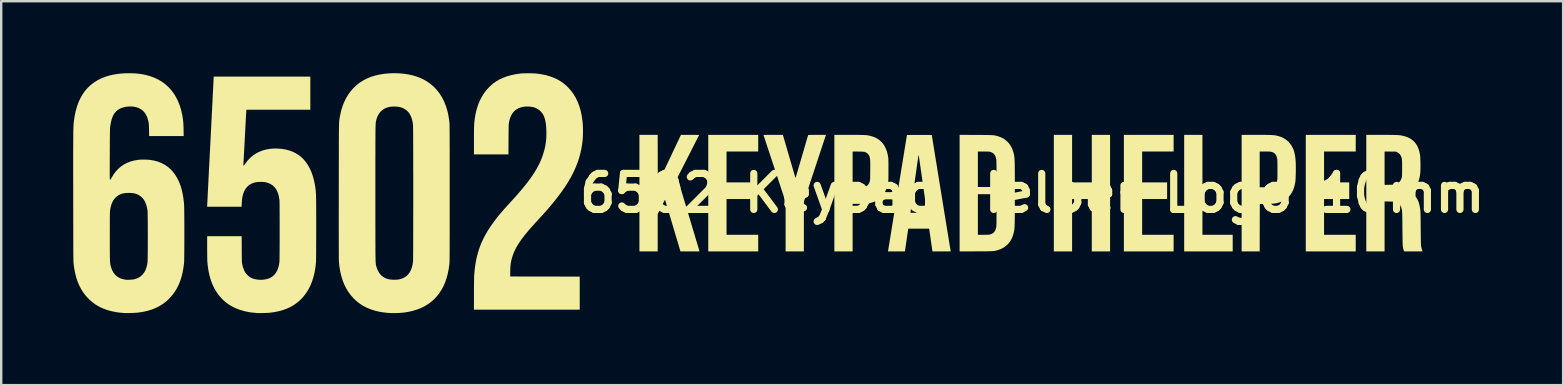
<source format=kicad_pcb>
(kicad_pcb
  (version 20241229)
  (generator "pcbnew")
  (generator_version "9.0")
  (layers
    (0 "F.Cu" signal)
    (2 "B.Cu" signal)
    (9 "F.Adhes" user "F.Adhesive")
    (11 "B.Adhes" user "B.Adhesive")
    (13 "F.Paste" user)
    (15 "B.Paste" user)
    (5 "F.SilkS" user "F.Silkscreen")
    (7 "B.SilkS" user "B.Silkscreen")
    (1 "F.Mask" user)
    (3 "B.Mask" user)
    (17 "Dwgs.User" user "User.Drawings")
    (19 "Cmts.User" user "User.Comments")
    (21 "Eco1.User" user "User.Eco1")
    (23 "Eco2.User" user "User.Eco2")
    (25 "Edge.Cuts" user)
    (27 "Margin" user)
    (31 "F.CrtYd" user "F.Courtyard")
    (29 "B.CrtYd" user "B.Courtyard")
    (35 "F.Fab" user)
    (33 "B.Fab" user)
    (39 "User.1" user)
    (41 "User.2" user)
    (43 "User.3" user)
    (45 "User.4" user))
  (footprint "6502 Keypad Helper Logo 10mm"
    (layer "F.Cu")
    (at 39.969 4.999)
    (property "Reference" "6502 Keypad Helper Logo 10mm" (at 0 0 0) (layer "F.SilkS") (effects (font (size 1.5 1.5) (thickness 0.3))))
    (attr board_only exclude_from_pos_files exclude_from_bom)
    (fp_poly (pts (xy 7.09 -0.347) (xy 7.09 1.735) (xy 7.721 1.735) (xy 8.351 1.735) (xy 8.351 2.081) (xy 8.351 2.428) (xy 7.34 2.428) (xy 6.329 2.428) (xy 6.329 0) (xy 6.329 -2.428) (xy 6.71 -2.428) (xy 7.09 -2.428)) (stroke (width 0) (type solid)) (fill yes) (layer "F.SilkS"))
    (fp_poly (pts (xy -11.422 -2.081) (xy -11.422 -1.735) (xy -12.082 -1.735) (xy -12.742 -1.735) (xy -12.742 -1.091) (xy -12.742 -0.448) (xy -12.218 -0.448) (xy -11.693 -0.448) (xy -11.693 -0.102) (xy -11.693 0.245) (xy -12.218 0.245) (xy -12.742 0.245) (xy -12.742 0.99) (xy -12.742 1.735) (xy -12.082 1.735) (xy -11.422 1.735) (xy -11.422 2.081) (xy -11.422 2.428) (xy -12.463 2.428) (xy -13.504 2.428) (xy -13.504 0) (xy -13.504 -2.428) (xy -12.463 -2.428) (xy -11.422 -2.428)) (stroke (width 0) (type solid)) (fill yes) (layer "F.SilkS"))
    (fp_poly (pts (xy 1.658 -1.438) (xy 1.658 -0.448) (xy 2.069 -0.448) (xy 2.479 -0.448) (xy 2.479 -1.438) (xy 2.479 -2.428) (xy 2.86 -2.428) (xy 3.241 -2.428) (xy 3.241 0) (xy 3.241 2.428) (xy 2.86 2.428) (xy 2.479 2.428) (xy 2.479 1.337) (xy 2.479 0.245) (xy 2.069 0.245) (xy 1.658 0.245) (xy 1.658 1.337) (xy 1.658 2.428) (xy 1.278 2.428) (xy 0.897 2.428) (xy 0.897 0) (xy 0.897 -2.428) (xy 1.278 -2.428) (xy 1.658 -2.428)) (stroke (width 0) (type solid)) (fill yes) (layer "F.SilkS"))
    (fp_poly (pts (xy 5.889 -2.081) (xy 5.889 -1.735) (xy 5.233 -1.735) (xy 4.577 -1.735) (xy 4.577 -1.091) (xy 4.577 -0.448) (xy 5.098 -0.448) (xy 5.618 -0.448) (xy 5.618 -0.102) (xy 5.618 0.245) (xy 5.098 0.245) (xy 4.577 0.245) (xy 4.577 0.99) (xy 4.577 1.735) (xy 5.233 1.735) (xy 5.889 1.735) (xy 5.889 2.081) (xy 5.889 2.428) (xy 4.852 2.428) (xy 3.816 2.428) (xy 3.816 0) (xy 3.816 -2.428) (xy 4.852 -2.428) (xy 5.889 -2.428)) (stroke (width 0) (type solid)) (fill yes) (layer "F.SilkS"))
    (fp_poly (pts (xy 13.478 -2.081) (xy 13.478 -1.735) (xy 12.818 -1.735) (xy 12.158 -1.735) (xy 12.158 -1.091) (xy 12.158 -0.448) (xy 12.683 -0.448) (xy 13.208 -0.448) (xy 13.208 -0.102) (xy 13.208 0.245) (xy 12.683 0.245) (xy 12.158 0.245) (xy 12.158 0.99) (xy 12.158 1.735) (xy 12.818 1.735) (xy 13.478 1.735) (xy 13.478 2.081) (xy 13.478 2.428) (xy 12.438 2.428) (xy 11.397 2.428) (xy 11.397 0) (xy 11.397 -2.428) (xy 12.438 -2.428) (xy 13.478 -2.428)) (stroke (width 0) (type solid)) (fill yes) (layer "F.SilkS"))
    (fp_poly (pts (xy -9.059 -1.039) (xy -9.518 0.351) (xy -9.519 1.39) (xy -9.519 2.428) (xy -9.899 2.428) (xy -10.28 2.428) (xy -10.28 1.398) (xy -10.28 0.368) (xy -10.741 -1.027) (xy -10.79 -1.176) (xy -10.838 -1.32) (xy -10.884 -1.459) (xy -10.928 -1.592) (xy -10.969 -1.718) (xy -11.009 -1.836) (xy -11.045 -1.946) (xy -11.078 -2.047) (xy -11.108 -2.138) (xy -11.134 -2.218) (xy -11.157 -2.286) (xy -11.175 -2.341) (xy -11.189 -2.383) (xy -11.198 -2.411) (xy -11.202 -2.424) (xy -11.202 -2.425) (xy -11.194 -2.426) (xy -11.171 -2.426) (xy -11.134 -2.427) (xy -11.085 -2.427) (xy -11.025 -2.428) (xy -10.957 -2.428) (xy -10.882 -2.428) (xy -10.801 -2.428) (xy -10.798 -2.428) (xy -10.394 -2.428) (xy -10.137 -1.544) (xy -10.102 -1.426) (xy -10.069 -1.312) (xy -10.037 -1.203) (xy -10.007 -1.101) (xy -9.98 -1.007) (xy -9.954 -0.921) (xy -9.932 -0.845) (xy -9.913 -0.78) (xy -9.897 -0.727) (xy -9.885 -0.687) (xy -9.877 -0.661) (xy -9.873 -0.65) (xy -9.873 -0.65) (xy -9.865 -0.643) (xy -9.863 -0.643) (xy -9.86 -0.652) (xy -9.852 -0.675) (xy -9.841 -0.713) (xy -9.826 -0.764) (xy -9.807 -0.827) (xy -9.786 -0.901) (xy -9.761 -0.985) (xy -9.734 -1.078) (xy -9.704 -1.178) (xy -9.673 -1.286) (xy -9.64 -1.399) (xy -9.606 -1.516) (xy -9.604 -1.523) (xy -9.569 -1.641) (xy -9.536 -1.755) (xy -9.505 -1.863) (xy -9.475 -1.965) (xy -9.448 -2.059) (xy -9.423 -2.144) (xy -9.401 -2.22) (xy -9.382 -2.284) (xy -9.366 -2.337) (xy -9.355 -2.377) (xy -9.347 -2.403) (xy -9.344 -2.413) (xy -9.344 -2.414) (xy -9.342 -2.417) (xy -9.338 -2.42) (xy -9.329 -2.422) (xy -9.315 -2.424) (xy -9.294 -2.426) (xy -9.264 -2.427) (xy -9.224 -2.427) (xy -9.173 -2.428) (xy -9.108 -2.428) (xy -9.03 -2.428) (xy -8.969 -2.428) (xy -8.599 -2.428)) (stroke (width 0) (type solid)) (fill yes) (layer "F.SilkS"))
    (fp_poly (pts (xy -15.609 -1.411) (xy -15.606 -0.394) (xy -15.124 -1.411) (xy -14.642 -2.428) (xy -14.263 -2.428) (xy -14.185 -2.428) (xy -14.112 -2.428) (xy -14.047 -2.428) (xy -13.99 -2.427) (xy -13.944 -2.427) (xy -13.91 -2.426) (xy -13.889 -2.425) (xy -13.885 -2.425) (xy -13.888 -2.417) (xy -13.899 -2.395) (xy -13.917 -2.359) (xy -13.941 -2.312) (xy -13.971 -2.253) (xy -14.006 -2.184) (xy -14.046 -2.105) (xy -14.09 -2.018) (xy -14.138 -1.923) (xy -14.19 -1.822) (xy -14.244 -1.715) (xy -14.301 -1.603) (xy -14.337 -1.533) (xy -14.789 -0.646) (xy -14.332 0.876) (xy -14.286 1.032) (xy -14.24 1.184) (xy -14.196 1.331) (xy -14.154 1.472) (xy -14.113 1.606) (xy -14.075 1.733) (xy -14.04 1.851) (xy -14.007 1.961) (xy -13.977 2.06) (xy -13.951 2.149) (xy -13.927 2.227) (xy -13.908 2.292) (xy -13.892 2.344) (xy -13.881 2.382) (xy -13.874 2.406) (xy -13.871 2.414) (xy -13.871 2.417) (xy -13.873 2.42) (xy -13.88 2.422) (xy -13.892 2.424) (xy -13.911 2.425) (xy -13.938 2.427) (xy -13.974 2.427) (xy -14.022 2.428) (xy -14.083 2.428) (xy -14.157 2.428) (xy -14.247 2.428) (xy -14.264 2.428) (xy -14.662 2.428) (xy -14.674 2.388) (xy -14.743 2.155) (xy -14.808 1.938) (xy -14.868 1.737) (xy -14.923 1.55) (xy -14.975 1.378) (xy -15.022 1.22) (xy -15.065 1.076) (xy -15.104 0.946) (xy -15.139 0.828) (xy -15.17 0.723) (xy -15.198 0.63) (xy -15.222 0.549) (xy -15.243 0.48) (xy -15.261 0.421) (xy -15.275 0.373) (xy -15.287 0.335) (xy -15.296 0.307) (xy -15.302 0.288) (xy -15.305 0.279) (xy -15.306 0.277) (xy -15.311 0.283) (xy -15.322 0.302) (xy -15.339 0.334) (xy -15.362 0.376) (xy -15.388 0.427) (xy -15.418 0.485) (xy -15.45 0.549) (xy -15.461 0.572) (xy -15.611 0.873) (xy -15.611 1.651) (xy -15.611 2.428) (xy -15.991 2.428) (xy -16.372 2.428) (xy -16.372 0) (xy -16.372 -2.428) (xy -15.991 -2.428) (xy -15.611 -2.428)) (stroke (width 0) (type solid)) (fill yes) (layer "F.SilkS"))
    (fp_poly (pts (xy 9.468 -2.428) (xy 9.582 -2.428) (xy 9.682 -2.428) (xy 9.768 -2.427) (xy 9.843 -2.426) (xy 9.908 -2.424) (xy 9.964 -2.422) (xy 10.013 -2.419) (xy 10.055 -2.416) (xy 10.093 -2.412) (xy 10.127 -2.407) (xy 10.159 -2.401) (xy 10.191 -2.394) (xy 10.223 -2.386) (xy 10.242 -2.382) (xy 10.366 -2.342) (xy 10.479 -2.289) (xy 10.581 -2.223) (xy 10.672 -2.145) (xy 10.751 -2.054) (xy 10.819 -1.951) (xy 10.875 -1.836) (xy 10.9 -1.768) (xy 10.924 -1.687) (xy 10.944 -1.594) (xy 10.96 -1.491) (xy 10.971 -1.384) (xy 10.974 -1.35) (xy 10.978 -1.267) (xy 10.98 -1.177) (xy 10.982 -1.082) (xy 10.982 -0.984) (xy 10.981 -0.885) (xy 10.979 -0.789) (xy 10.976 -0.698) (xy 10.972 -0.614) (xy 10.967 -0.54) (xy 10.961 -0.479) (xy 10.956 -0.44) (xy 10.926 -0.298) (xy 10.884 -0.168) (xy 10.83 -0.051) (xy 10.765 0.055) (xy 10.689 0.148) (xy 10.601 0.228) (xy 10.502 0.296) (xy 10.393 0.351) (xy 10.274 0.393) (xy 10.228 0.406) (xy 10.186 0.416) (xy 10.145 0.424) (xy 10.104 0.431) (xy 10.058 0.436) (xy 10.007 0.44) (xy 9.947 0.443) (xy 9.875 0.445) (xy 9.79 0.447) (xy 9.764 0.448) (xy 9.481 0.453) (xy 9.478 1.44) (xy 9.476 2.428) (xy 9.1 2.428) (xy 8.723 2.428) (xy 8.723 0) (xy 8.723 -0.99) (xy 9.476 -0.99) (xy 9.476 -0.245) (xy 9.698 -0.245) (xy 9.778 -0.246) (xy 9.842 -0.247) (xy 9.892 -0.249) (xy 9.929 -0.252) (xy 9.955 -0.255) (xy 9.963 -0.257) (xy 10.032 -0.281) (xy 10.088 -0.315) (xy 10.133 -0.36) (xy 10.167 -0.417) (xy 10.193 -0.488) (xy 10.202 -0.522) (xy 10.205 -0.539) (xy 10.208 -0.558) (xy 10.211 -0.58) (xy 10.213 -0.607) (xy 10.214 -0.641) (xy 10.215 -0.683) (xy 10.216 -0.735) (xy 10.216 -0.799) (xy 10.216 -0.875) (xy 10.216 -0.967) (xy 10.216 -0.99) (xy 10.216 -1.086) (xy 10.216 -1.168) (xy 10.215 -1.235) (xy 10.215 -1.291) (xy 10.213 -1.336) (xy 10.212 -1.372) (xy 10.21 -1.401) (xy 10.208 -1.424) (xy 10.205 -1.444) (xy 10.202 -1.456) (xy 10.181 -1.532) (xy 10.151 -1.593) (xy 10.113 -1.642) (xy 10.064 -1.68) (xy 10.052 -1.687) (xy 10.026 -1.701) (xy 10.001 -1.711) (xy 9.975 -1.719) (xy 9.946 -1.725) (xy 9.911 -1.73) (xy 9.867 -1.732) (xy 9.813 -1.734) (xy 9.745 -1.734) (xy 9.698 -1.734) (xy 9.476 -1.735) (xy 9.476 -0.99) (xy 8.723 -0.99) (xy 8.723 -2.428) (xy 9.339 -2.428)) (stroke (width 0) (type solid)) (fill yes) (layer "F.SilkS"))
    (fp_poly (pts (xy -7.5 -2.428) (xy -7.388 -2.428) (xy -7.289 -2.428) (xy -7.204 -2.427) (xy -7.13 -2.426) (xy -7.066 -2.424) (xy -7.011 -2.422) (xy -6.964 -2.42) (xy -6.922 -2.417) (xy -6.885 -2.413) (xy -6.852 -2.408) (xy -6.821 -2.403) (xy -6.79 -2.396) (xy -6.758 -2.389) (xy -6.734 -2.383) (xy -6.609 -2.344) (xy -6.496 -2.292) (xy -6.394 -2.229) (xy -6.304 -2.153) (xy -6.225 -2.065) (xy -6.157 -1.964) (xy -6.101 -1.85) (xy -6.055 -1.724) (xy -6.021 -1.585) (xy -6.01 -1.527) (xy -6.007 -1.504) (xy -6.004 -1.481) (xy -6.001 -1.455) (xy -5.999 -1.425) (xy -5.998 -1.389) (xy -5.997 -1.345) (xy -5.996 -1.292) (xy -5.995 -1.229) (xy -5.995 -1.153) (xy -5.995 -1.063) (xy -5.995 -0.99) (xy -5.995 -0.889) (xy -5.995 -0.803) (xy -5.995 -0.731) (xy -5.996 -0.671) (xy -5.997 -0.621) (xy -5.998 -0.58) (xy -6 -0.546) (xy -6.002 -0.517) (xy -6.004 -0.492) (xy -6.007 -0.469) (xy -6.01 -0.453) (xy -6.04 -0.308) (xy -6.082 -0.176) (xy -6.135 -0.057) (xy -6.199 0.049) (xy -6.274 0.142) (xy -6.36 0.223) (xy -6.457 0.291) (xy -6.524 0.328) (xy -6.59 0.358) (xy -6.655 0.382) (xy -6.723 0.403) (xy -6.794 0.419) (xy -6.872 0.431) (xy -6.959 0.44) (xy -7.056 0.445) (xy -7.166 0.448) (xy -7.249 0.448) (xy -7.488 0.448) (xy -7.488 1.438) (xy -7.488 2.428) (xy -7.869 2.428) (xy -8.249 2.428) (xy -8.249 0) (xy -8.249 -0.99) (xy -7.488 -0.99) (xy -7.488 -0.245) (xy -7.266 -0.245) (xy -7.186 -0.246) (xy -7.122 -0.247) (xy -7.072 -0.249) (xy -7.035 -0.252) (xy -7.009 -0.255) (xy -7.001 -0.257) (xy -6.935 -0.281) (xy -6.881 -0.314) (xy -6.837 -0.358) (xy -6.802 -0.415) (xy -6.774 -0.486) (xy -6.772 -0.495) (xy -6.768 -0.509) (xy -6.765 -0.524) (xy -6.763 -0.544) (xy -6.761 -0.569) (xy -6.759 -0.601) (xy -6.758 -0.642) (xy -6.757 -0.693) (xy -6.756 -0.756) (xy -6.755 -0.832) (xy -6.754 -0.923) (xy -6.754 -0.952) (xy -6.753 -1.056) (xy -6.753 -1.144) (xy -6.753 -1.219) (xy -6.754 -1.281) (xy -6.755 -1.334) (xy -6.757 -1.377) (xy -6.761 -1.414) (xy -6.765 -1.444) (xy -6.77 -1.471) (xy -6.776 -1.496) (xy -6.783 -1.52) (xy -6.786 -1.528) (xy -6.817 -1.593) (xy -6.86 -1.646) (xy -6.915 -1.688) (xy -6.976 -1.715) (xy -6.992 -1.72) (xy -7.012 -1.723) (xy -7.038 -1.726) (xy -7.073 -1.728) (xy -7.118 -1.73) (xy -7.175 -1.731) (xy -7.247 -1.732) (xy -7.253 -1.733) (xy -7.488 -1.735) (xy -7.488 -0.99) (xy -8.249 -0.99) (xy -8.249 -2.428) (xy -7.628 -2.428)) (stroke (width 0) (type solid)) (fill yes) (layer "F.SilkS"))
    (fp_poly (pts (xy -2.342 -2.426) (xy -2.214 -2.425) (xy -2.102 -2.425) (xy -2.004 -2.424) (xy -1.92 -2.423) (xy -1.847 -2.422) (xy -1.784 -2.421) (xy -1.731 -2.42) (xy -1.686 -2.418) (xy -1.647 -2.415) (xy -1.613 -2.412) (xy -1.583 -2.408) (xy -1.557 -2.404) (xy -1.531 -2.398) (xy -1.506 -2.392) (xy -1.479 -2.385) (xy -1.45 -2.377) (xy -1.434 -2.373) (xy -1.315 -2.33) (xy -1.205 -2.275) (xy -1.106 -2.206) (xy -1.018 -2.125) (xy -0.94 -2.032) (xy -0.875 -1.927) (xy -0.823 -1.812) (xy -0.783 -1.687) (xy -0.783 -1.687) (xy -0.776 -1.659) (xy -0.77 -1.632) (xy -0.764 -1.606) (xy -0.759 -1.58) (xy -0.754 -1.553) (xy -0.75 -1.523) (xy -0.746 -1.491) (xy -0.743 -1.455) (xy -0.74 -1.414) (xy -0.738 -1.368) (xy -0.735 -1.316) (xy -0.734 -1.256) (xy -0.732 -1.189) (xy -0.731 -1.112) (xy -0.73 -1.026) (xy -0.729 -0.929) (xy -0.729 -0.821) (xy -0.728 -0.7) (xy -0.728 -0.567) (xy -0.728 -0.419) (xy -0.728 -0.257) (xy -0.728 -0.078) (xy -0.728 0) (xy -0.728 0.185) (xy -0.728 0.354) (xy -0.728 0.508) (xy -0.728 0.647) (xy -0.729 0.773) (xy -0.729 0.886) (xy -0.73 0.987) (xy -0.731 1.078) (xy -0.732 1.158) (xy -0.733 1.229) (xy -0.735 1.292) (xy -0.737 1.347) (xy -0.739 1.396) (xy -0.742 1.439) (xy -0.745 1.477) (xy -0.748 1.51) (xy -0.752 1.541) (xy -0.757 1.569) (xy -0.762 1.596) (xy -0.767 1.622) (xy -0.773 1.648) (xy -0.78 1.675) (xy -0.783 1.687) (xy -0.823 1.812) (xy -0.875 1.927) (xy -0.94 2.032) (xy -1.017 2.125) (xy -1.106 2.206) (xy -1.205 2.275) (xy -1.315 2.33) (xy -1.434 2.372) (xy -1.434 2.373) (xy -1.465 2.381) (xy -1.493 2.389) (xy -1.519 2.396) (xy -1.544 2.401) (xy -1.57 2.406) (xy -1.598 2.41) (xy -1.63 2.414) (xy -1.666 2.416) (xy -1.708 2.419) (xy -1.757 2.42) (xy -1.815 2.422) (xy -1.883 2.423) (xy -1.961 2.424) (xy -2.053 2.424) (xy -2.157 2.425) (xy -2.277 2.426) (xy -2.342 2.426) (xy -3.029 2.429) (xy -3.029 0) (xy -2.268 0) (xy -2.268 1.735) (xy -2.037 1.735) (xy -1.966 1.734) (xy -1.909 1.734) (xy -1.864 1.733) (xy -1.829 1.731) (xy -1.802 1.729) (xy -1.779 1.726) (xy -1.76 1.721) (xy -1.749 1.719) (xy -1.681 1.693) (xy -1.624 1.656) (xy -1.578 1.608) (xy -1.542 1.547) (xy -1.516 1.473) (xy -1.499 1.385) (xy -1.498 1.377) (xy -1.497 1.358) (xy -1.495 1.322) (xy -1.494 1.27) (xy -1.493 1.201) (xy -1.492 1.117) (xy -1.492 1.017) (xy -1.491 0.901) (xy -1.49 0.77) (xy -1.49 0.624) (xy -1.49 0.464) (xy -1.489 0.288) (xy -1.489 0.099) (xy -1.489 0) (xy -1.489 -0.196) (xy -1.489 -0.378) (xy -1.49 -0.546) (xy -1.49 -0.699) (xy -1.491 -0.838) (xy -1.491 -0.961) (xy -1.492 -1.069) (xy -1.493 -1.161) (xy -1.494 -1.238) (xy -1.495 -1.298) (xy -1.496 -1.342) (xy -1.497 -1.37) (xy -1.498 -1.377) (xy -1.514 -1.466) (xy -1.54 -1.541) (xy -1.575 -1.603) (xy -1.62 -1.653) (xy -1.676 -1.69) (xy -1.743 -1.717) (xy -1.749 -1.719) (xy -1.768 -1.724) (xy -1.789 -1.727) (xy -1.814 -1.73) (xy -1.844 -1.732) (xy -1.883 -1.733) (xy -1.933 -1.734) (xy -1.996 -1.734) (xy -2.037 -1.735) (xy -2.268 -1.735) (xy -2.268 0) (xy -3.029 0) (xy -3.029 -2.429)) (stroke (width 0) (type solid)) (fill yes) (layer "F.SilkS"))
    (fp_poly (pts (xy -4.402 -2.427) (xy -4.332 -2.426) (xy -4.276 -2.425) (xy -4.235 -2.424) (xy -4.207 -2.423) (xy -4.192 -2.421) (xy -4.188 -2.419) (xy -4.187 -2.41) (xy -4.183 -2.386) (xy -4.177 -2.346) (xy -4.168 -2.292) (xy -4.157 -2.224) (xy -4.144 -2.144) (xy -4.129 -2.052) (xy -4.112 -1.949) (xy -4.094 -1.835) (xy -4.074 -1.712) (xy -4.053 -1.581) (xy -4.03 -1.441) (xy -4.006 -1.295) (xy -3.981 -1.142) (xy -3.956 -0.984) (xy -3.929 -0.821) (xy -3.902 -0.654) (xy -3.875 -0.485) (xy -3.847 -0.313) (xy -3.819 -0.14) (xy -3.79 0.034) (xy -3.762 0.208) (xy -3.734 0.381) (xy -3.706 0.551) (xy -3.679 0.72) (xy -3.652 0.884) (xy -3.626 1.045) (xy -3.601 1.201) (xy -3.576 1.35) (xy -3.553 1.493) (xy -3.531 1.629) (xy -3.51 1.756) (xy -3.491 1.875) (xy -3.473 1.983) (xy -3.457 2.081) (xy -3.443 2.167) (xy -3.431 2.241) (xy -3.421 2.302) (xy -3.413 2.35) (xy -3.408 2.382) (xy -3.405 2.399) (xy -3.405 2.401) (xy -3.399 2.428) (xy -3.781 2.428) (xy -3.86 2.428) (xy -3.933 2.428) (xy -3.999 2.428) (xy -4.056 2.428) (xy -4.103 2.427) (xy -4.137 2.427) (xy -4.158 2.426) (xy -4.163 2.426) (xy -4.164 2.417) (xy -4.167 2.393) (xy -4.172 2.356) (xy -4.179 2.308) (xy -4.187 2.25) (xy -4.197 2.185) (xy -4.207 2.115) (xy -4.217 2.041) (xy -4.228 1.965) (xy -4.239 1.889) (xy -4.25 1.815) (xy -4.26 1.745) (xy -4.269 1.681) (xy -4.277 1.624) (xy -4.284 1.576) (xy -4.289 1.539) (xy -4.293 1.516) (xy -4.294 1.508) (xy -4.299 1.481) (xy -4.733 1.481) (xy -5.168 1.481) (xy -5.172 1.5) (xy -5.174 1.512) (xy -5.178 1.538) (xy -5.185 1.579) (xy -5.192 1.631) (xy -5.202 1.694) (xy -5.212 1.765) (xy -5.224 1.844) (xy -5.236 1.928) (xy -5.242 1.974) (xy -5.308 2.428) (xy -5.662 2.428) (xy -6.015 2.428) (xy -6.011 2.405) (xy -6.009 2.395) (xy -6.005 2.369) (xy -5.998 2.327) (xy -5.989 2.271) (xy -5.977 2.2) (xy -5.963 2.117) (xy -5.948 2.02) (xy -5.93 1.912) (xy -5.911 1.792) (xy -5.889 1.662) (xy -5.866 1.521) (xy -5.842 1.371) (xy -5.816 1.213) (xy -5.789 1.046) (xy -5.761 0.872) (xy -5.75 0.806) (xy -5.076 0.806) (xy -5.076 0.81) (xy -5.072 0.813) (xy -5.064 0.815) (xy -5.05 0.817) (xy -5.029 0.818) (xy -4.999 0.819) (xy -4.959 0.82) (xy -4.907 0.82) (xy -4.841 0.821) (xy -4.761 0.821) (xy -4.734 0.821) (xy -4.66 0.821) (xy -4.591 0.82) (xy -4.529 0.82) (xy -4.477 0.819) (xy -4.436 0.819) (xy -4.407 0.818) (xy -4.393 0.817) (xy -4.391 0.816) (xy -4.392 0.806) (xy -4.396 0.781) (xy -4.401 0.74) (xy -4.409 0.687) (xy -4.418 0.622) (xy -4.429 0.546) (xy -4.441 0.46) (xy -4.454 0.365) (xy -4.468 0.263) (xy -4.484 0.155) (xy -4.5 0.041) (xy -4.517 -0.076) (xy -4.534 -0.197) (xy -4.551 -0.319) (xy -4.569 -0.442) (xy -4.586 -0.564) (xy -4.604 -0.684) (xy -4.62 -0.802) (xy -4.637 -0.916) (xy -4.652 -1.024) (xy -4.667 -1.126) (xy -4.681 -1.221) (xy -4.693 -1.307) (xy -4.704 -1.384) (xy -4.714 -1.45) (xy -4.722 -1.503) (xy -4.728 -1.544) (xy -4.732 -1.57) (xy -4.734 -1.58) (xy -4.734 -1.581) (xy -4.743 -1.581) (xy -4.743 -1.58) (xy -4.745 -1.572) (xy -4.748 -1.547) (xy -4.754 -1.509) (xy -4.762 -1.457) (xy -4.771 -1.392) (xy -4.782 -1.317) (xy -4.794 -1.232) (xy -4.807 -1.138) (xy -4.821 -1.037) (xy -4.837 -0.929) (xy -4.853 -0.816) (xy -4.869 -0.699) (xy -4.886 -0.579) (xy -4.903 -0.457) (xy -4.92 -0.334) (xy -4.937 -0.212) (xy -4.954 -0.092) (xy -4.97 0.026) (xy -4.986 0.139) (xy -5.001 0.248) (xy -5.015 0.35) (xy -5.028 0.445) (xy -5.04 0.532) (xy -5.051 0.608) (xy -5.059 0.674) (xy -5.067 0.728) (xy -5.072 0.769) (xy -5.075 0.795) (xy -5.076 0.806) (xy -5.75 0.806) (xy -5.731 0.692) (xy -5.701 0.505) (xy -5.67 0.313) (xy -5.638 0.116) (xy -5.615 -0.021) (xy -5.224 -2.424) (xy -4.706 -2.426) (xy -4.589 -2.427) (xy -4.488 -2.427)) (stroke (width 0) (type solid)) (fill yes) (layer "F.SilkS"))
    (fp_poly (pts (xy 14.547 -2.428) (xy 14.679 -2.428) (xy 14.796 -2.428) (xy 14.899 -2.427) (xy 14.989 -2.426) (xy 15.068 -2.425) (xy 15.136 -2.423) (xy 15.195 -2.421) (xy 15.246 -2.418) (xy 15.292 -2.415) (xy 15.332 -2.41) (xy 15.369 -2.405) (xy 15.403 -2.399) (xy 15.437 -2.392) (xy 15.471 -2.383) (xy 15.5 -2.376) (xy 15.614 -2.339) (xy 15.715 -2.294) (xy 15.804 -2.24) (xy 15.883 -2.175) (xy 15.922 -2.136) (xy 15.99 -2.052) (xy 16.047 -1.957) (xy 16.093 -1.85) (xy 16.13 -1.73) (xy 16.157 -1.599) (xy 16.162 -1.558) (xy 16.166 -1.503) (xy 16.17 -1.437) (xy 16.173 -1.363) (xy 16.175 -1.283) (xy 16.176 -1.2) (xy 16.176 -1.118) (xy 16.176 -1.04) (xy 16.174 -0.967) (xy 16.172 -0.903) (xy 16.17 -0.873) (xy 16.154 -0.729) (xy 16.126 -0.598) (xy 16.088 -0.48) (xy 16.039 -0.375) (xy 15.978 -0.282) (xy 15.907 -0.203) (xy 15.825 -0.136) (xy 15.74 -0.086) (xy 15.711 -0.071) (xy 15.69 -0.058) (xy 15.679 -0.05) (xy 15.678 -0.048) (xy 15.685 -0.041) (xy 15.697 -0.036) (xy 15.713 -0.03) (xy 15.739 -0.018) (xy 15.772 -0.003) (xy 15.793 0.007) (xy 15.864 0.05) (xy 15.931 0.106) (xy 15.991 0.171) (xy 16.038 0.24) (xy 16.048 0.258) (xy 16.084 0.336) (xy 16.113 0.42) (xy 16.137 0.512) (xy 16.157 0.617) (xy 16.166 0.677) (xy 16.168 0.699) (xy 16.171 0.725) (xy 16.173 0.755) (xy 16.175 0.791) (xy 16.176 0.833) (xy 16.178 0.884) (xy 16.179 0.944) (xy 16.181 1.014) (xy 16.182 1.096) (xy 16.183 1.191) (xy 16.184 1.299) (xy 16.185 1.423) (xy 16.186 1.476) (xy 16.187 1.602) (xy 16.188 1.711) (xy 16.189 1.806) (xy 16.19 1.888) (xy 16.191 1.958) (xy 16.192 2.016) (xy 16.194 2.065) (xy 16.195 2.106) (xy 16.196 2.139) (xy 16.198 2.166) (xy 16.2 2.188) (xy 16.202 2.207) (xy 16.205 2.223) (xy 16.207 2.237) (xy 16.209 2.246) (xy 16.219 2.287) (xy 16.231 2.328) (xy 16.242 2.362) (xy 16.244 2.369) (xy 16.254 2.395) (xy 16.26 2.415) (xy 16.262 2.422) (xy 16.254 2.423) (xy 16.23 2.424) (xy 16.194 2.426) (xy 16.145 2.427) (xy 16.086 2.427) (xy 16.018 2.428) (xy 15.944 2.428) (xy 15.878 2.428) (xy 15.494 2.428) (xy 15.476 2.375) (xy 15.469 2.351) (xy 15.462 2.328) (xy 15.456 2.307) (xy 15.45 2.285) (xy 15.446 2.261) (xy 15.442 2.235) (xy 15.439 2.204) (xy 15.436 2.169) (xy 15.434 2.127) (xy 15.432 2.077) (xy 15.43 2.018) (xy 15.429 1.949) (xy 15.428 1.869) (xy 15.427 1.776) (xy 15.426 1.67) (xy 15.424 1.548) (xy 15.424 1.476) (xy 15.423 1.348) (xy 15.421 1.23) (xy 15.42 1.121) (xy 15.418 1.024) (xy 15.417 0.938) (xy 15.415 0.865) (xy 15.413 0.806) (xy 15.412 0.762) (xy 15.41 0.732) (xy 15.409 0.721) (xy 15.387 0.63) (xy 15.358 0.555) (xy 15.323 0.494) (xy 15.281 0.446) (xy 15.23 0.409) (xy 15.219 0.403) (xy 15.188 0.388) (xy 15.16 0.377) (xy 15.131 0.368) (xy 15.098 0.361) (xy 15.06 0.357) (xy 15.013 0.353) (xy 14.954 0.351) (xy 14.881 0.349) (xy 14.881 0.349) (xy 14.68 0.345) (xy 14.68 1.387) (xy 14.68 2.428) (xy 14.299 2.428) (xy 13.918 2.428) (xy 13.918 0) (xy 13.918 -1.04) (xy 14.68 -1.04) (xy 14.68 -0.345) (xy 14.881 -0.349) (xy 14.957 -0.351) (xy 15.017 -0.354) (xy 15.064 -0.357) (xy 15.098 -0.361) (xy 15.123 -0.365) (xy 15.125 -0.366) (xy 15.201 -0.395) (xy 15.265 -0.435) (xy 15.317 -0.486) (xy 15.358 -0.55) (xy 15.388 -0.627) (xy 15.397 -0.657) (xy 15.401 -0.674) (xy 15.404 -0.694) (xy 15.406 -0.717) (xy 15.408 -0.746) (xy 15.409 -0.783) (xy 15.41 -0.829) (xy 15.411 -0.887) (xy 15.411 -0.958) (xy 15.412 -1.041) (xy 15.411 -1.138) (xy 15.411 -1.22) (xy 15.41 -1.287) (xy 15.408 -1.341) (xy 15.406 -1.382) (xy 15.403 -1.412) (xy 15.401 -1.425) (xy 15.38 -1.506) (xy 15.349 -1.574) (xy 15.309 -1.629) (xy 15.258 -1.674) (xy 15.209 -1.702) (xy 15.149 -1.73) (xy 14.915 -1.733) (xy 14.68 -1.736) (xy 14.68 -1.04) (xy 13.918 -1.04) (xy 13.918 -2.428)) (stroke (width 0) (type solid)) (fill yes) (layer "F.SilkS"))
    (fp_poly (pts (xy -20.912 -4.995) (xy -20.836 -4.993) (xy -20.768 -4.991) (xy -20.71 -4.988) (xy -20.67 -4.985) (xy -20.47 -4.958) (xy -20.283 -4.92) (xy -20.107 -4.87) (xy -19.943 -4.81) (xy -19.789 -4.738) (xy -19.645 -4.654) (xy -19.511 -4.558) (xy -19.49 -4.541) (xy -19.459 -4.515) (xy -19.42 -4.48) (xy -19.379 -4.441) (xy -19.34 -4.401) (xy -19.329 -4.39) (xy -19.214 -4.259) (xy -19.111 -4.116) (xy -19.02 -3.961) (xy -18.941 -3.794) (xy -18.874 -3.616) (xy -18.819 -3.426) (xy -18.776 -3.223) (xy -18.746 -3.009) (xy -18.733 -2.877) (xy -18.729 -2.805) (xy -18.726 -2.721) (xy -18.725 -2.63) (xy -18.725 -2.536) (xy -18.726 -2.443) (xy -18.729 -2.355) (xy -18.733 -2.276) (xy -18.737 -2.229) (xy -18.762 -2.023) (xy -18.797 -1.821) (xy -18.843 -1.621) (xy -18.899 -1.424) (xy -18.967 -1.228) (xy -19.046 -1.033) (xy -19.138 -0.836) (xy -19.243 -0.639) (xy -19.36 -0.439) (xy -19.491 -0.236) (xy -19.637 -0.028) (xy -19.796 0.184) (xy -19.97 0.402) (xy -20.036 0.482) (xy -20.102 0.56) (xy -20.166 0.635) (xy -20.231 0.71) (xy -20.299 0.786) (xy -20.371 0.867) (xy -20.45 0.954) (xy -20.538 1.049) (xy -20.586 1.101) (xy -20.728 1.256) (xy -20.857 1.4) (xy -20.975 1.536) (xy -21.082 1.663) (xy -21.179 1.783) (xy -21.266 1.897) (xy -21.343 2.005) (xy -21.412 2.108) (xy -21.473 2.208) (xy -21.526 2.305) (xy -21.573 2.401) (xy -21.614 2.495) (xy -21.649 2.589) (xy -21.679 2.684) (xy -21.698 2.754) (xy -21.719 2.845) (xy -21.735 2.936) (xy -21.746 3.029) (xy -21.753 3.131) (xy -21.756 3.244) (xy -21.756 3.274) (xy -21.758 3.473) (xy -20.309 3.475) (xy -18.86 3.478) (xy -18.86 4.167) (xy -18.86 4.857) (xy -21.064 4.857) (xy -23.268 4.857) (xy -23.268 4.21) (xy -23.268 4.103) (xy -23.267 3.998) (xy -23.267 3.897) (xy -23.266 3.801) (xy -23.265 3.712) (xy -23.264 3.632) (xy -23.263 3.562) (xy -23.262 3.505) (xy -23.26 3.461) (xy -23.259 3.434) (xy -23.238 3.188) (xy -23.207 2.955) (xy -23.166 2.733) (xy -23.113 2.52) (xy -23.05 2.314) (xy -22.974 2.113) (xy -22.885 1.916) (xy -22.783 1.72) (xy -22.666 1.524) (xy -22.535 1.327) (xy -22.426 1.176) (xy -22.359 1.088) (xy -22.292 1.001) (xy -22.222 0.915) (xy -22.148 0.826) (xy -22.069 0.734) (xy -21.983 0.636) (xy -21.887 0.531) (xy -21.782 0.416) (xy -21.758 0.389) (xy -21.59 0.205) (xy -21.435 0.031) (xy -21.292 -0.136) (xy -21.161 -0.294) (xy -21.042 -0.445) (xy -20.933 -0.591) (xy -20.834 -0.731) (xy -20.745 -0.867) (xy -20.665 -0.999) (xy -20.594 -1.128) (xy -20.53 -1.255) (xy -20.474 -1.381) (xy -20.425 -1.507) (xy -20.389 -1.612) (xy -20.339 -1.78) (xy -20.3 -1.944) (xy -20.273 -2.106) (xy -20.256 -2.272) (xy -20.249 -2.445) (xy -20.25 -2.589) (xy -20.256 -2.733) (xy -20.268 -2.862) (xy -20.286 -2.977) (xy -20.309 -3.08) (xy -20.338 -3.171) (xy -20.374 -3.252) (xy -20.417 -3.323) (xy -20.467 -3.387) (xy -20.476 -3.396) (xy -20.549 -3.464) (xy -20.631 -3.518) (xy -20.721 -3.56) (xy -20.822 -3.589) (xy -20.935 -3.606) (xy -20.984 -3.61) (xy -21.105 -3.61) (xy -21.219 -3.597) (xy -21.325 -3.571) (xy -21.422 -3.533) (xy -21.508 -3.483) (xy -21.546 -3.455) (xy -21.613 -3.391) (xy -21.67 -3.317) (xy -21.719 -3.232) (xy -21.759 -3.135) (xy -21.792 -3.023) (xy -21.806 -2.959) (xy -21.809 -2.942) (xy -21.812 -2.925) (xy -21.815 -2.906) (xy -21.817 -2.885) (xy -21.819 -2.86) (xy -21.82 -2.83) (xy -21.821 -2.794) (xy -21.823 -2.749) (xy -21.823 -2.695) (xy -21.824 -2.631) (xy -21.825 -2.556) (xy -21.826 -2.467) (xy -21.826 -2.364) (xy -21.827 -2.245) (xy -21.827 -2.244) (xy -21.831 -1.616) (xy -22.549 -1.616) (xy -23.268 -1.616) (xy -23.268 -2.19) (xy -23.268 -2.317) (xy -23.267 -2.429) (xy -23.267 -2.527) (xy -23.266 -2.614) (xy -23.265 -2.689) (xy -23.263 -2.756) (xy -23.261 -2.815) (xy -23.258 -2.869) (xy -23.255 -2.919) (xy -23.25 -2.966) (xy -23.246 -3.013) (xy -23.24 -3.06) (xy -23.234 -3.109) (xy -23.199 -3.313) (xy -23.152 -3.507) (xy -23.092 -3.691) (xy -23.02 -3.863) (xy -22.936 -4.025) (xy -22.841 -4.175) (xy -22.733 -4.314) (xy -22.615 -4.44) (xy -22.484 -4.555) (xy -22.354 -4.65) (xy -22.212 -4.734) (xy -22.059 -4.806) (xy -21.894 -4.868) (xy -21.717 -4.918) (xy -21.528 -4.957) (xy -21.326 -4.985) (xy -21.322 -4.985) (xy -21.276 -4.989) (xy -21.216 -4.992) (xy -21.147 -4.994) (xy -21.071 -4.995) (xy -20.991 -4.995)) (stroke (width 0) (type solid)) (fill yes) (layer "F.SilkS"))
    (fp_poly (pts (xy -30.087 -4.167) (xy -30.087 -3.477) (xy -31.419 -3.477) (xy -32.751 -3.477) (xy -32.756 -3.408) (xy -32.758 -3.39) (xy -32.76 -3.357) (xy -32.762 -3.31) (xy -32.766 -3.248) (xy -32.77 -3.175) (xy -32.774 -3.09) (xy -32.78 -2.994) (xy -32.785 -2.89) (xy -32.791 -2.778) (xy -32.798 -2.659) (xy -32.804 -2.534) (xy -32.811 -2.405) (xy -32.816 -2.31) (xy -32.823 -2.178) (xy -32.83 -2.05) (xy -32.836 -1.927) (xy -32.843 -1.81) (xy -32.849 -1.701) (xy -32.854 -1.599) (xy -32.859 -1.507) (xy -32.864 -1.425) (xy -32.867 -1.356) (xy -32.871 -1.298) (xy -32.873 -1.255) (xy -32.875 -1.227) (xy -32.876 -1.216) (xy -32.878 -1.183) (xy -32.878 -1.164) (xy -32.875 -1.154) (xy -32.869 -1.151) (xy -32.865 -1.151) (xy -32.853 -1.158) (xy -32.833 -1.18) (xy -32.809 -1.213) (xy -32.803 -1.221) (xy -32.709 -1.347) (xy -32.605 -1.459) (xy -32.491 -1.558) (xy -32.367 -1.644) (xy -32.235 -1.715) (xy -32.093 -1.772) (xy -31.943 -1.816) (xy -31.785 -1.844) (xy -31.62 -1.859) (xy -31.455 -1.858) (xy -31.283 -1.845) (xy -31.121 -1.819) (xy -30.97 -1.78) (xy -30.829 -1.729) (xy -30.697 -1.665) (xy -30.598 -1.605) (xy -30.482 -1.518) (xy -30.375 -1.416) (xy -30.277 -1.301) (xy -30.189 -1.172) (xy -30.11 -1.031) (xy -30.041 -0.876) (xy -29.982 -0.71) (xy -29.933 -0.531) (xy -29.895 -0.341) (xy -29.884 -0.272) (xy -29.879 -0.236) (xy -29.874 -0.201) (xy -29.869 -0.168) (xy -29.865 -0.135) (xy -29.862 -0.101) (xy -29.859 -0.065) (xy -29.856 -0.027) (xy -29.853 0.014) (xy -29.851 0.06) (xy -29.849 0.111) (xy -29.848 0.169) (xy -29.846 0.233) (xy -29.845 0.306) (xy -29.844 0.387) (xy -29.844 0.478) (xy -29.843 0.58) (xy -29.843 0.693) (xy -29.843 0.819) (xy -29.842 0.958) (xy -29.842 1.111) (xy -29.842 1.28) (xy -29.842 1.447) (xy -29.842 1.641) (xy -29.842 1.822) (xy -29.843 1.99) (xy -29.843 2.145) (xy -29.844 2.287) (xy -29.844 2.414) (xy -29.845 2.527) (xy -29.846 2.626) (xy -29.847 2.709) (xy -29.848 2.777) (xy -29.849 2.828) (xy -29.85 2.864) (xy -29.851 2.877) (xy -29.874 3.097) (xy -29.91 3.306) (xy -29.958 3.503) (xy -30.018 3.689) (xy -30.09 3.863) (xy -30.173 4.025) (xy -30.269 4.176) (xy -30.376 4.314) (xy -30.495 4.441) (xy -30.626 4.555) (xy -30.756 4.65) (xy -30.899 4.734) (xy -31.053 4.807) (xy -31.22 4.869) (xy -31.398 4.919) (xy -31.586 4.958) (xy -31.775 4.983) (xy -31.808 4.986) (xy -31.854 4.989) (xy -31.909 4.991) (xy -31.97 4.993) (xy -32.034 4.995) (xy -32.098 4.996) (xy -32.158 4.997) (xy -32.212 4.997) (xy -32.257 4.997) (xy -32.289 4.996) (xy -32.296 4.996) (xy -32.373 4.989) (xy -32.436 4.983) (xy -32.488 4.978) (xy -32.531 4.973) (xy -32.569 4.969) (xy -32.604 4.964) (xy -32.639 4.958) (xy -32.647 4.957) (xy -32.838 4.918) (xy -33.019 4.865) (xy -33.189 4.8) (xy -33.349 4.722) (xy -33.498 4.632) (xy -33.62 4.541) (xy -33.651 4.515) (xy -33.689 4.48) (xy -33.731 4.441) (xy -33.77 4.401) (xy -33.781 4.39) (xy -33.895 4.26) (xy -33.997 4.119) (xy -34.087 3.967) (xy -34.166 3.803) (xy -34.232 3.627) (xy -34.287 3.439) (xy -34.33 3.24) (xy -34.362 3.028) (xy -34.377 2.873) (xy -34.379 2.844) (xy -34.38 2.8) (xy -34.382 2.743) (xy -34.383 2.675) (xy -34.384 2.598) (xy -34.385 2.514) (xy -34.385 2.425) (xy -34.386 2.333) (xy -34.386 2.279) (xy -34.386 1.794) (xy -33.667 1.794) (xy -32.948 1.794) (xy -32.945 2.333) (xy -32.944 2.445) (xy -32.944 2.541) (xy -32.943 2.623) (xy -32.942 2.692) (xy -32.941 2.75) (xy -32.94 2.798) (xy -32.938 2.837) (xy -32.937 2.87) (xy -32.935 2.896) (xy -32.932 2.919) (xy -32.929 2.938) (xy -32.927 2.953) (xy -32.91 3.028) (xy -32.888 3.104) (xy -32.862 3.178) (xy -32.834 3.243) (xy -32.818 3.274) (xy -32.789 3.319) (xy -32.749 3.367) (xy -32.705 3.415) (xy -32.658 3.459) (xy -32.613 3.495) (xy -32.59 3.51) (xy -32.508 3.55) (xy -32.415 3.58) (xy -32.313 3.6) (xy -32.207 3.61) (xy -32.099 3.61) (xy -31.992 3.6) (xy -31.89 3.578) (xy -31.854 3.568) (xy -31.758 3.529) (xy -31.671 3.477) (xy -31.596 3.411) (xy -31.531 3.333) (xy -31.476 3.241) (xy -31.432 3.136) (xy -31.399 3.019) (xy -31.377 2.889) (xy -31.374 2.867) (xy -31.373 2.847) (xy -31.372 2.811) (xy -31.371 2.762) (xy -31.37 2.698) (xy -31.369 2.623) (xy -31.368 2.537) (xy -31.367 2.441) (xy -31.367 2.336) (xy -31.366 2.224) (xy -31.366 2.106) (xy -31.365 1.983) (xy -31.365 1.856) (xy -31.365 1.727) (xy -31.365 1.596) (xy -31.365 1.465) (xy -31.365 1.335) (xy -31.365 1.208) (xy -31.366 1.084) (xy -31.366 0.964) (xy -31.366 0.85) (xy -31.367 0.744) (xy -31.368 0.645) (xy -31.368 0.556) (xy -31.369 0.477) (xy -31.37 0.411) (xy -31.371 0.357) (xy -31.372 0.317) (xy -31.373 0.293) (xy -31.374 0.29) (xy -31.394 0.155) (xy -31.424 0.035) (xy -31.464 -0.073) (xy -31.516 -0.168) (xy -31.578 -0.249) (xy -31.65 -0.318) (xy -31.734 -0.375) (xy -31.828 -0.419) (xy -31.934 -0.451) (xy -31.949 -0.454) (xy -32.007 -0.463) (xy -32.077 -0.468) (xy -32.152 -0.47) (xy -32.229 -0.468) (xy -32.301 -0.463) (xy -32.364 -0.453) (xy -32.38 -0.45) (xy -32.485 -0.418) (xy -32.579 -0.374) (xy -32.662 -0.318) (xy -32.734 -0.248) (xy -32.796 -0.166) (xy -32.847 -0.071) (xy -32.887 0.037) (xy -32.917 0.159) (xy -32.936 0.293) (xy -32.945 0.421) (xy -32.95 0.567) (xy -33.668 0.567) (xy -34.386 0.567) (xy -34.386 0.535) (xy -34.385 0.524) (xy -34.384 0.497) (xy -34.382 0.454) (xy -34.379 0.397) (xy -34.375 0.325) (xy -34.371 0.239) (xy -34.366 0.14) (xy -34.361 0.029) (xy -34.355 -0.093) (xy -34.348 -0.227) (xy -34.34 -0.371) (xy -34.333 -0.525) (xy -34.324 -0.688) (xy -34.316 -0.86) (xy -34.307 -1.039) (xy -34.297 -1.226) (xy -34.287 -1.419) (xy -34.277 -1.617) (xy -34.267 -1.822) (xy -34.256 -2.03) (xy -34.25 -2.145) (xy -34.239 -2.355) (xy -34.229 -2.562) (xy -34.219 -2.764) (xy -34.209 -2.96) (xy -34.199 -3.15) (xy -34.19 -3.333) (xy -34.181 -3.509) (xy -34.172 -3.677) (xy -34.164 -3.836) (xy -34.157 -3.985) (xy -34.15 -4.125) (xy -34.143 -4.254) (xy -34.137 -4.371) (xy -34.132 -4.477) (xy -34.127 -4.569) (xy -34.123 -4.649) (xy -34.12 -4.714) (xy -34.118 -4.765) (xy -34.116 -4.801) (xy -34.115 -4.821) (xy -34.115 -4.825) (xy -34.115 -4.857) (xy -32.101 -4.857) (xy -30.087 -4.857)) (stroke (width 0) (type solid)) (fill yes) (layer "F.SilkS"))
    (fp_poly (pts (xy -26.396 -4.994) (xy -26.201 -4.977) (xy -26.011 -4.949) (xy -25.83 -4.91) (xy -25.698 -4.872) (xy -25.522 -4.808) (xy -25.358 -4.731) (xy -25.204 -4.641) (xy -25.062 -4.538) (xy -24.931 -4.423) (xy -24.812 -4.295) (xy -24.703 -4.156) (xy -24.607 -4.004) (xy -24.522 -3.84) (xy -24.449 -3.664) (xy -24.389 -3.477) (xy -24.376 -3.431) (xy -24.353 -3.335) (xy -24.331 -3.226) (xy -24.312 -3.11) (xy -24.296 -2.989) (xy -24.294 -2.978) (xy -24.293 -2.966) (xy -24.292 -2.952) (xy -24.29 -2.938) (xy -24.289 -2.921) (xy -24.288 -2.903) (xy -24.287 -2.881) (xy -24.286 -2.856) (xy -24.285 -2.827) (xy -24.285 -2.793) (xy -24.284 -2.754) (xy -24.283 -2.709) (xy -24.283 -2.658) (xy -24.282 -2.6) (xy -24.282 -2.535) (xy -24.281 -2.462) (xy -24.281 -2.381) (xy -24.28 -2.29) (xy -24.28 -2.19) (xy -24.28 -2.079) (xy -24.28 -1.958) (xy -24.279 -1.825) (xy -24.279 -1.681) (xy -24.279 -1.524) (xy -24.279 -1.355) (xy -24.279 -1.171) (xy -24.279 -0.974) (xy -24.279 -0.762) (xy -24.279 -0.535) (xy -24.279 -0.292) (xy -24.279 -0.033) (xy -24.279 0) (xy -24.279 0.261) (xy -24.279 0.506) (xy -24.279 0.735) (xy -24.279 0.949) (xy -24.279 1.148) (xy -24.279 1.333) (xy -24.279 1.504) (xy -24.279 1.662) (xy -24.279 1.808) (xy -24.28 1.942) (xy -24.28 2.065) (xy -24.28 2.176) (xy -24.28 2.278) (xy -24.281 2.37) (xy -24.281 2.452) (xy -24.282 2.527) (xy -24.282 2.593) (xy -24.283 2.651) (xy -24.283 2.703) (xy -24.284 2.749) (xy -24.285 2.788) (xy -24.285 2.823) (xy -24.286 2.853) (xy -24.287 2.878) (xy -24.288 2.9) (xy -24.289 2.919) (xy -24.29 2.936) (xy -24.291 2.951) (xy -24.293 2.964) (xy -24.294 2.977) (xy -24.294 2.978) (xy -24.324 3.184) (xy -24.364 3.377) (xy -24.413 3.557) (xy -24.473 3.726) (xy -24.543 3.885) (xy -24.625 4.034) (xy -24.717 4.175) (xy -24.786 4.264) (xy -24.899 4.392) (xy -25.025 4.508) (xy -25.162 4.612) (xy -25.311 4.704) (xy -25.47 4.784) (xy -25.64 4.851) (xy -25.82 4.906) (xy -26.009 4.949) (xy -26.209 4.979) (xy -26.417 4.995) (xy -26.634 4.999) (xy -26.783 4.995) (xy -26.834 4.991) (xy -26.895 4.986) (xy -26.963 4.978) (xy -27.032 4.97) (xy -27.096 4.961) (xy -27.152 4.953) (xy -27.177 4.949) (xy -27.369 4.905) (xy -27.55 4.849) (xy -27.72 4.781) (xy -27.879 4.7) (xy -28.026 4.606) (xy -28.163 4.5) (xy -28.289 4.38) (xy -28.405 4.248) (xy -28.506 4.109) (xy -28.598 3.956) (xy -28.678 3.794) (xy -28.745 3.621) (xy -28.801 3.437) (xy -28.845 3.243) (xy -28.877 3.036) (xy -28.895 2.86) (xy -28.895 2.841) (xy -28.896 2.811) (xy -28.897 2.768) (xy -28.898 2.714) (xy -28.899 2.647) (xy -28.899 2.567) (xy -28.9 2.474) (xy -28.9 2.367) (xy -28.901 2.247) (xy -28.901 2.114) (xy -28.901 1.966) (xy -28.901 1.803) (xy -28.902 1.626) (xy -28.902 1.434) (xy -28.902 1.227) (xy -28.902 1.004) (xy -28.902 0.766) (xy -28.901 0.511) (xy -28.901 0.24) (xy -28.901 -0.048) (xy -28.901 -0.08) (xy -28.901 -0.342) (xy -28.9 -0.587) (xy -28.9 -0.62) (xy -27.376 -0.62) (xy -27.376 -0.381) (xy -27.376 -0.126) (xy -27.376 0) (xy -27.376 0.263) (xy -27.376 0.509) (xy -27.376 0.739) (xy -27.376 0.955) (xy -27.376 1.155) (xy -27.376 1.341) (xy -27.375 1.514) (xy -27.375 1.674) (xy -27.375 1.821) (xy -27.375 1.956) (xy -27.375 2.08) (xy -27.374 2.193) (xy -27.374 2.296) (xy -27.373 2.389) (xy -27.373 2.472) (xy -27.372 2.548) (xy -27.371 2.615) (xy -27.37 2.674) (xy -27.369 2.727) (xy -27.368 2.773) (xy -27.367 2.813) (xy -27.366 2.848) (xy -27.364 2.879) (xy -27.362 2.905) (xy -27.36 2.927) (xy -27.358 2.946) (xy -27.356 2.963) (xy -27.354 2.978) (xy -27.351 2.991) (xy -27.349 3.004) (xy -27.346 3.016) (xy -27.343 3.028) (xy -27.339 3.041) (xy -27.338 3.048) (xy -27.302 3.16) (xy -27.256 3.261) (xy -27.198 3.35) (xy -27.129 3.427) (xy -27.05 3.49) (xy -26.962 3.541) (xy -26.864 3.577) (xy -26.855 3.579) (xy -26.774 3.596) (xy -26.683 3.606) (xy -26.587 3.61) (xy -26.492 3.606) (xy -26.403 3.596) (xy -26.36 3.588) (xy -26.291 3.568) (xy -26.219 3.538) (xy -26.15 3.502) (xy -26.09 3.462) (xy -26.077 3.451) (xy -26.006 3.381) (xy -25.945 3.298) (xy -25.894 3.201) (xy -25.854 3.092) (xy -25.825 2.969) (xy -25.806 2.835) (xy -25.805 2.819) (xy -25.805 2.787) (xy -25.804 2.74) (xy -25.803 2.678) (xy -25.803 2.602) (xy -25.802 2.514) (xy -25.802 2.413) (xy -25.801 2.3) (xy -25.801 2.177) (xy -25.8 2.044) (xy -25.8 1.902) (xy -25.8 1.751) (xy -25.799 1.593) (xy -25.799 1.428) (xy -25.799 1.256) (xy -25.799 1.08) (xy -25.798 0.899) (xy -25.798 0.715) (xy -25.798 0.527) (xy -25.798 0.338) (xy -25.798 0.147) (xy -25.798 -0.045) (xy -25.798 -0.236) (xy -25.798 -0.427) (xy -25.798 -0.616) (xy -25.798 -0.802) (xy -25.799 -0.985) (xy -25.799 -1.163) (xy -25.799 -1.337) (xy -25.799 -1.506) (xy -25.799 -1.668) (xy -25.8 -1.823) (xy -25.8 -1.969) (xy -25.801 -2.107) (xy -25.801 -2.236) (xy -25.801 -2.354) (xy -25.802 -2.462) (xy -25.802 -2.557) (xy -25.803 -2.64) (xy -25.804 -2.709) (xy -25.804 -2.764) (xy -25.805 -2.804) (xy -25.806 -2.829) (xy -25.806 -2.835) (xy -25.824 -2.964) (xy -25.852 -3.082) (xy -25.89 -3.189) (xy -25.936 -3.284) (xy -25.988 -3.361) (xy -26.051 -3.428) (xy -26.128 -3.488) (xy -26.214 -3.536) (xy -26.308 -3.574) (xy -26.365 -3.589) (xy -26.424 -3.599) (xy -26.494 -3.606) (xy -26.569 -3.609) (xy -26.646 -3.608) (xy -26.718 -3.604) (xy -26.78 -3.596) (xy -26.796 -3.593) (xy -26.904 -3.563) (xy -27.001 -3.519) (xy -27.087 -3.462) (xy -27.162 -3.393) (xy -27.226 -3.311) (xy -27.279 -3.217) (xy -27.32 -3.11) (xy -27.338 -3.048) (xy -27.341 -3.034) (xy -27.344 -3.022) (xy -27.347 -3.009) (xy -27.35 -2.997) (xy -27.353 -2.984) (xy -27.355 -2.97) (xy -27.357 -2.955) (xy -27.36 -2.937) (xy -27.361 -2.916) (xy -27.363 -2.891) (xy -27.365 -2.863) (xy -27.366 -2.831) (xy -27.368 -2.793) (xy -27.369 -2.749) (xy -27.37 -2.7) (xy -27.371 -2.644) (xy -27.372 -2.58) (xy -27.372 -2.509) (xy -27.373 -2.429) (xy -27.374 -2.341) (xy -27.374 -2.243) (xy -27.375 -2.135) (xy -27.375 -2.016) (xy -27.375 -1.886) (xy -27.375 -1.745) (xy -27.375 -1.591) (xy -27.376 -1.425) (xy -27.376 -1.245) (xy -27.376 -1.051) (xy -27.376 -0.843) (xy -27.376 -0.62) (xy -28.9 -0.62) (xy -28.9 -0.816) (xy -28.9 -1.03) (xy -28.9 -1.229) (xy -28.899 -1.415) (xy -28.899 -1.587) (xy -28.899 -1.745) (xy -28.899 -1.892) (xy -28.898 -2.027) (xy -28.898 -2.15) (xy -28.897 -2.263) (xy -28.897 -2.366) (xy -28.896 -2.46) (xy -28.895 -2.544) (xy -28.895 -2.621) (xy -28.894 -2.689) (xy -28.892 -2.75) (xy -28.891 -2.805) (xy -28.89 -2.853) (xy -28.888 -2.897) (xy -28.887 -2.935) (xy -28.885 -2.969) (xy -28.883 -2.999) (xy -28.88 -3.026) (xy -28.878 -3.05) (xy -28.875 -3.072) (xy -28.872 -3.093) (xy -28.869 -3.113) (xy -28.866 -3.133) (xy -28.862 -3.152) (xy -28.858 -3.173) (xy -28.854 -3.195) (xy -28.849 -3.219) (xy -28.847 -3.232) (xy -28.804 -3.428) (xy -28.748 -3.614) (xy -28.68 -3.79) (xy -28.599 -3.955) (xy -28.506 -4.11) (xy -28.401 -4.253) (xy -28.285 -4.384) (xy -28.157 -4.503) (xy -28.019 -4.61) (xy -27.87 -4.704) (xy -27.711 -4.785) (xy -27.543 -4.853) (xy -27.367 -4.906) (xy -27.182 -4.946) (xy -26.99 -4.976) (xy -26.793 -4.993) (xy -26.594 -4.999)) (stroke (width 0) (type solid)) (fill yes) (layer "F.SilkS"))
    (fp_poly (pts (xy -37.417 -4.992) (xy -37.241 -4.976) (xy -37.075 -4.952) (xy -36.941 -4.925) (xy -36.758 -4.874) (xy -36.587 -4.811) (xy -36.428 -4.736) (xy -36.279 -4.648) (xy -36.141 -4.548) (xy -36.013 -4.434) (xy -35.894 -4.307) (xy -35.862 -4.269) (xy -35.765 -4.136) (xy -35.678 -3.99) (xy -35.6 -3.833) (xy -35.533 -3.665) (xy -35.477 -3.488) (xy -35.433 -3.302) (xy -35.423 -3.249) (xy -35.409 -3.169) (xy -35.398 -3.095) (xy -35.389 -3.023) (xy -35.382 -2.951) (xy -35.377 -2.874) (xy -35.373 -2.79) (xy -35.37 -2.693) (xy -35.369 -2.642) (xy -35.365 -2.378) (xy -36.084 -2.378) (xy -36.804 -2.378) (xy -36.808 -2.621) (xy -36.81 -2.715) (xy -36.813 -2.793) (xy -36.816 -2.856) (xy -36.82 -2.905) (xy -36.825 -2.94) (xy -36.853 -3.065) (xy -36.89 -3.177) (xy -36.937 -3.274) (xy -36.994 -3.359) (xy -37.061 -3.432) (xy -37.139 -3.492) (xy -37.228 -3.541) (xy -37.241 -3.547) (xy -37.336 -3.58) (xy -37.439 -3.602) (xy -37.548 -3.612) (xy -37.66 -3.611) (xy -37.771 -3.599) (xy -37.877 -3.576) (xy -37.976 -3.542) (xy -38.025 -3.519) (xy -38.1 -3.474) (xy -38.166 -3.421) (xy -38.224 -3.359) (xy -38.275 -3.288) (xy -38.318 -3.205) (xy -38.355 -3.11) (xy -38.385 -3.002) (xy -38.41 -2.88) (xy -38.431 -2.743) (xy -38.431 -2.737) (xy -38.433 -2.715) (xy -38.434 -2.677) (xy -38.436 -2.621) (xy -38.437 -2.55) (xy -38.439 -2.463) (xy -38.44 -2.359) (xy -38.441 -2.241) (xy -38.442 -2.107) (xy -38.443 -1.957) (xy -38.444 -1.793) (xy -38.444 -1.614) (xy -38.444 -1.61) (xy -38.445 -1.455) (xy -38.445 -1.316) (xy -38.446 -1.192) (xy -38.446 -1.082) (xy -38.446 -0.986) (xy -38.446 -0.903) (xy -38.446 -0.831) (xy -38.446 -0.769) (xy -38.446 -0.718) (xy -38.445 -0.676) (xy -38.445 -0.642) (xy -38.444 -0.615) (xy -38.443 -0.595) (xy -38.441 -0.58) (xy -38.44 -0.57) (xy -38.438 -0.564) (xy -38.436 -0.56) (xy -38.434 -0.559) (xy -38.432 -0.558) (xy -38.432 -0.558) (xy -38.422 -0.563) (xy -38.409 -0.577) (xy -38.391 -0.604) (xy -38.368 -0.643) (xy -38.363 -0.653) (xy -38.279 -0.79) (xy -38.187 -0.912) (xy -38.086 -1.02) (xy -37.975 -1.114) (xy -37.855 -1.195) (xy -37.725 -1.262) (xy -37.584 -1.317) (xy -37.433 -1.358) (xy -37.27 -1.387) (xy -37.262 -1.388) (xy -37.207 -1.393) (xy -37.14 -1.397) (xy -37.065 -1.398) (xy -36.986 -1.398) (xy -36.908 -1.396) (xy -36.836 -1.392) (xy -36.773 -1.387) (xy -36.75 -1.384) (xy -36.586 -1.354) (xy -36.432 -1.311) (xy -36.289 -1.254) (xy -36.156 -1.185) (xy -36.033 -1.101) (xy -35.919 -1.005) (xy -35.816 -0.894) (xy -35.722 -0.769) (xy -35.637 -0.631) (xy -35.562 -0.478) (xy -35.528 -0.397) (xy -35.482 -0.268) (xy -35.442 -0.125) (xy -35.407 0.032) (xy -35.379 0.201) (xy -35.356 0.38) (xy -35.348 0.461) (xy -35.347 0.49) (xy -35.345 0.535) (xy -35.344 0.593) (xy -35.342 0.665) (xy -35.341 0.748) (xy -35.34 0.841) (xy -35.339 0.943) (xy -35.338 1.053) (xy -35.338 1.17) (xy -35.337 1.292) (xy -35.337 1.417) (xy -35.337 1.545) (xy -35.337 1.675) (xy -35.337 1.804) (xy -35.337 1.933) (xy -35.337 2.058) (xy -35.338 2.18) (xy -35.338 2.297) (xy -35.339 2.407) (xy -35.34 2.51) (xy -35.341 2.604) (xy -35.342 2.687) (xy -35.343 2.76) (xy -35.345 2.819) (xy -35.346 2.864) (xy -35.348 2.894) (xy -35.348 2.898) (xy -35.374 3.105) (xy -35.408 3.298) (xy -35.452 3.478) (xy -35.505 3.647) (xy -35.567 3.804) (xy -35.64 3.952) (xy -35.722 4.089) (xy -35.827 4.236) (xy -35.942 4.369) (xy -36.067 4.49) (xy -36.203 4.597) (xy -36.349 4.692) (xy -36.506 4.774) (xy -36.673 4.843) (xy -36.852 4.899) (xy -37.043 4.944) (xy -37.244 4.975) (xy -37.279 4.979) (xy -37.319 4.983) (xy -37.37 4.986) (xy -37.43 4.99) (xy -37.496 4.992) (xy -37.565 4.995) (xy -37.633 4.996) (xy -37.697 4.997) (xy -37.754 4.998) (xy -37.801 4.997) (xy -37.834 4.996) (xy -37.838 4.996) (xy -37.915 4.989) (xy -37.977 4.983) (xy -38.029 4.978) (xy -38.072 4.974) (xy -38.109 4.969) (xy -38.143 4.964) (xy -38.178 4.959) (xy -38.189 4.957) (xy -38.38 4.918) (xy -38.558 4.868) (xy -38.725 4.807) (xy -38.881 4.733) (xy -39.027 4.648) (xy -39.163 4.549) (xy -39.291 4.438) (xy -39.348 4.381) (xy -39.459 4.258) (xy -39.557 4.127) (xy -39.645 3.987) (xy -39.721 3.837) (xy -39.788 3.678) (xy -39.844 3.507) (xy -39.89 3.324) (xy -39.927 3.128) (xy -39.95 2.961) (xy -39.952 2.949) (xy -39.953 2.935) (xy -39.954 2.919) (xy -39.955 2.901) (xy -39.957 2.88) (xy -39.958 2.855) (xy -39.958 2.826) (xy -39.959 2.793) (xy -39.96 2.754) (xy -39.961 2.709) (xy -39.961 2.657) (xy -39.962 2.599) (xy -39.963 2.533) (xy -39.963 2.459) (xy -39.964 2.376) (xy -39.964 2.283) (xy -39.965 2.181) (xy -39.965 2.069) (xy -39.965 1.945) (xy -39.966 1.81) (xy -39.966 1.802) (xy -38.443 1.802) (xy -38.443 1.961) (xy -38.443 2.105) (xy -38.443 2.233) (xy -38.442 2.347) (xy -38.442 2.448) (xy -38.441 2.538) (xy -38.441 2.616) (xy -38.44 2.684) (xy -38.438 2.744) (xy -38.437 2.795) (xy -38.434 2.839) (xy -38.432 2.878) (xy -38.429 2.911) (xy -38.426 2.94) (xy -38.422 2.966) (xy -38.417 2.99) (xy -38.412 3.012) (xy -38.406 3.035) (xy -38.399 3.059) (xy -38.392 3.084) (xy -38.392 3.084) (xy -38.353 3.194) (xy -38.303 3.292) (xy -38.241 3.377) (xy -38.169 3.449) (xy -38.087 3.508) (xy -37.994 3.553) (xy -37.892 3.585) (xy -37.838 3.596) (xy -37.805 3.601) (xy -37.779 3.606) (xy -37.763 3.609) (xy -37.762 3.609) (xy -37.743 3.611) (xy -37.711 3.611) (xy -37.669 3.611) (xy -37.622 3.609) (xy -37.574 3.606) (xy -37.527 3.603) (xy -37.486 3.599) (xy -37.454 3.595) (xy -37.444 3.593) (xy -37.336 3.562) (xy -37.24 3.52) (xy -37.155 3.465) (xy -37.081 3.398) (xy -37.018 3.319) (xy -36.965 3.227) (xy -36.923 3.121) (xy -36.892 3.003) (xy -36.872 2.885) (xy -36.87 2.861) (xy -36.868 2.822) (xy -36.867 2.769) (xy -36.865 2.703) (xy -36.864 2.625) (xy -36.863 2.538) (xy -36.862 2.441) (xy -36.861 2.337) (xy -36.86 2.227) (xy -36.86 2.112) (xy -36.86 1.994) (xy -36.859 1.873) (xy -36.859 1.752) (xy -36.86 1.631) (xy -36.86 1.513) (xy -36.86 1.397) (xy -36.861 1.286) (xy -36.862 1.181) (xy -36.863 1.084) (xy -36.864 0.995) (xy -36.865 0.916) (xy -36.866 0.848) (xy -36.868 0.793) (xy -36.869 0.752) (xy -36.871 0.726) (xy -36.872 0.723) (xy -36.894 0.594) (xy -36.926 0.478) (xy -36.967 0.375) (xy -37.017 0.285) (xy -37.077 0.207) (xy -37.111 0.173) (xy -37.182 0.114) (xy -37.258 0.067) (xy -37.342 0.032) (xy -37.434 0.007) (xy -37.537 -0.007) (xy -37.652 -0.011) (xy -37.764 -0.007) (xy -37.864 0.006) (xy -37.953 0.029) (xy -38.034 0.062) (xy -38.103 0.102) (xy -38.18 0.16) (xy -38.247 0.23) (xy -38.303 0.31) (xy -38.35 0.402) (xy -38.388 0.508) (xy -38.417 0.626) (xy -38.428 0.687) (xy -38.43 0.703) (xy -38.432 0.719) (xy -38.434 0.737) (xy -38.435 0.759) (xy -38.437 0.784) (xy -38.438 0.814) (xy -38.439 0.85) (xy -38.44 0.893) (xy -38.441 0.944) (xy -38.441 1.003) (xy -38.442 1.072) (xy -38.442 1.152) (xy -38.442 1.244) (xy -38.442 1.348) (xy -38.443 1.466) (xy -38.443 1.599) (xy -38.443 1.747) (xy -38.443 1.802) (xy -39.966 1.802) (xy -39.966 1.663) (xy -39.966 1.503) (xy -39.966 1.33) (xy -39.967 1.143) (xy -39.967 0.941) (xy -39.967 0.724) (xy -39.968 0.492) (xy -39.968 0.244) (xy -39.968 0.144) (xy -39.968 -0.119) (xy -39.968 -0.365) (xy -39.969 -0.596) (xy -39.969 -0.811) (xy -39.969 -1.012) (xy -39.969 -1.199) (xy -39.969 -1.372) (xy -39.969 -1.533) (xy -39.969 -1.681) (xy -39.969 -1.818) (xy -39.968 -1.943) (xy -39.968 -2.058) (xy -39.967 -2.163) (xy -39.967 -2.259) (xy -39.966 -2.345) (xy -39.965 -2.424) (xy -39.965 -2.495) (xy -39.964 -2.559) (xy -39.962 -2.617) (xy -39.961 -2.668) (xy -39.96 -2.715) (xy -39.958 -2.756) (xy -39.957 -2.794) (xy -39.955 -2.828) (xy -39.953 -2.859) (xy -39.951 -2.888) (xy -39.949 -2.915) (xy -39.946 -2.94) (xy -39.944 -2.965) (xy -39.941 -2.99) (xy -39.94 -2.996) (xy -39.909 -3.212) (xy -39.866 -3.415) (xy -39.813 -3.606) (xy -39.748 -3.785) (xy -39.672 -3.952) (xy -39.585 -4.105) (xy -39.487 -4.247) (xy -39.378 -4.375) (xy -39.258 -4.491) (xy -39.234 -4.512) (xy -39.096 -4.616) (xy -38.948 -4.708) (xy -38.79 -4.787) (xy -38.62 -4.853) (xy -38.439 -4.907) (xy -38.308 -4.937) (xy -38.139 -4.965) (xy -37.962 -4.985) (xy -37.78 -4.996) (xy -37.598 -4.998)) (stroke (width 0) (type solid)) (fill yes) (layer "F.SilkS")))
  (gr_rect
    (start -3 -3)
    (end 62.09 12.999)
    (stroke (width 0.1) (type default))
    (fill no)
    (layer "Edge.Cuts")))
</source>
